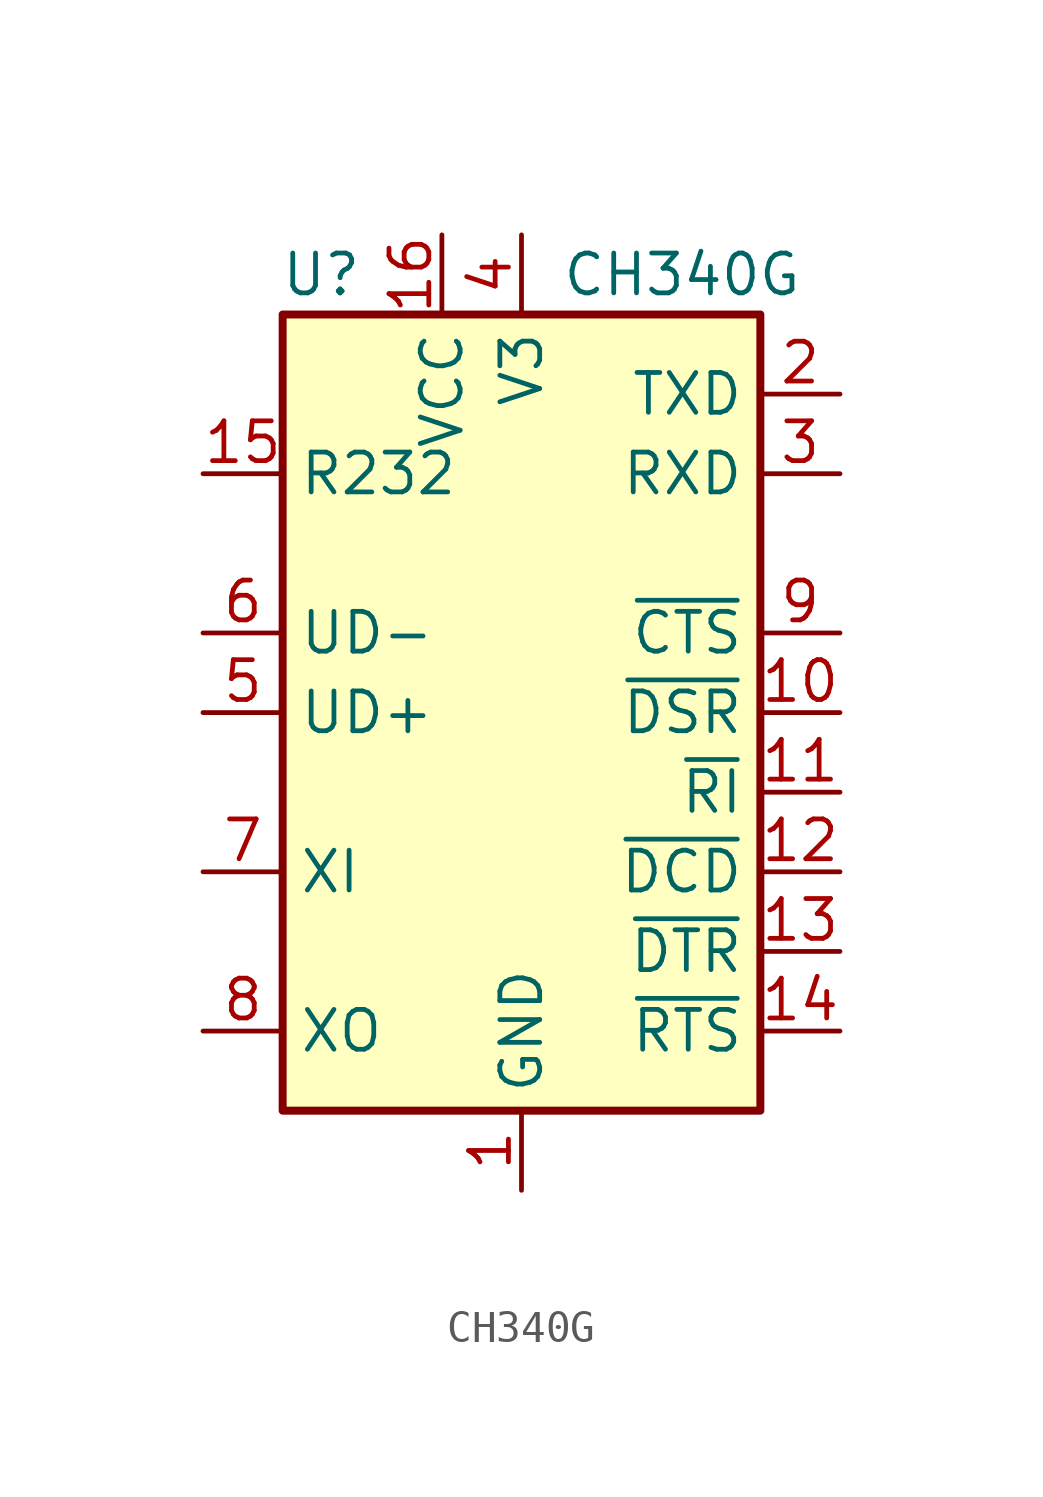
<source format=kicad_sym>
(kicad_symbol_lib
  (version 20231120)
  (generator "kicad_symbol_editor")
  (generator_version "8.0")
  (symbol "CH340G"
    (property "Reference" "U"
      (at -5.08 13.97 0)
      (effects (font (size 1.27 1.27)) (justify right)))
    (property "Value" "CH340G"
      (at 1.27 13.97 0)
      (effects (font (size 1.27 1.27)) (justify left)))
    (symbol "CH340G_0_1"
      (rectangle (start -7.62 12.7) (end 7.62 -12.7) (stroke (width 0.254) (type default)) (fill (type background))))
    (symbol "CH340G_1_1"
      (pin power_in line (at 0 -15.24 90) (length 2.54) (name "GND" (effects (font (size 1.27 1.27)))) (number "1" (effects (font (size 1.27 1.27)))))
      (pin input line (at 10.16 0 180) (length 2.54) (name "~{DSR}" (effects (font (size 1.27 1.27)))) (number "10" (effects (font (size 1.27 1.27)))))
      (pin input line (at 10.16 -2.54 180) (length 2.54) (name "~{RI}" (effects (font (size 1.27 1.27)))) (number "11" (effects (font (size 1.27 1.27)))))
      (pin input line (at 10.16 -5.08 180) (length 2.54) (name "~{DCD}" (effects (font (size 1.27 1.27)))) (number "12" (effects (font (size 1.27 1.27)))))
      (pin output line (at 10.16 -7.62 180) (length 2.54) (name "~{DTR}" (effects (font (size 1.27 1.27)))) (number "13" (effects (font (size 1.27 1.27)))))
      (pin output line (at 10.16 -10.16 180) (length 2.54) (name "~{RTS}" (effects (font (size 1.27 1.27)))) (number "14" (effects (font (size 1.27 1.27)))))
      (pin input line (at -10.16 7.62 0) (length 2.54) (name "R232" (effects (font (size 1.27 1.27)))) (number "15" (effects (font (size 1.27 1.27)))))
      (pin power_in line (at -2.54 15.24 270) (length 2.54) (name "VCC" (effects (font (size 1.27 1.27)))) (number "16" (effects (font (size 1.27 1.27)))))
      (pin output line (at 10.16 10.16 180) (length 2.54) (name "TXD" (effects (font (size 1.27 1.27)))) (number "2" (effects (font (size 1.27 1.27)))))
      (pin input line (at 10.16 7.62 180) (length 2.54) (name "RXD" (effects (font (size 1.27 1.27)))) (number "3" (effects (font (size 1.27 1.27)))))
      (pin power_out line (at 0 15.24 270) (length 2.54) (name "V3" (effects (font (size 1.27 1.27)))) (number "4" (effects (font (size 1.27 1.27)))))
      (pin bidirectional line (at -10.16 0 0) (length 2.54) (name "UD+" (effects (font (size 1.27 1.27)))) (number "5" (effects (font (size 1.27 1.27)))))
      (pin bidirectional line (at -10.16 2.54 0) (length 2.54) (name "UD-" (effects (font (size 1.27 1.27)))) (number "6" (effects (font (size 1.27 1.27)))))
      (pin input line (at -10.16 -5.08 0) (length 2.54) (name "XI" (effects (font (size 1.27 1.27)))) (number "7" (effects (font (size 1.27 1.27)))))
      (pin output line (at -10.16 -10.16 0) (length 2.54) (name "XO" (effects (font (size 1.27 1.27)))) (number "8" (effects (font (size 1.27 1.27)))))
      (pin input line (at 10.16 2.54 180) (length 2.54) (name "~{CTS}" (effects (font (size 1.27 1.27)))) (number "9" (effects (font (size 1.27 1.27))))))))
</source>
